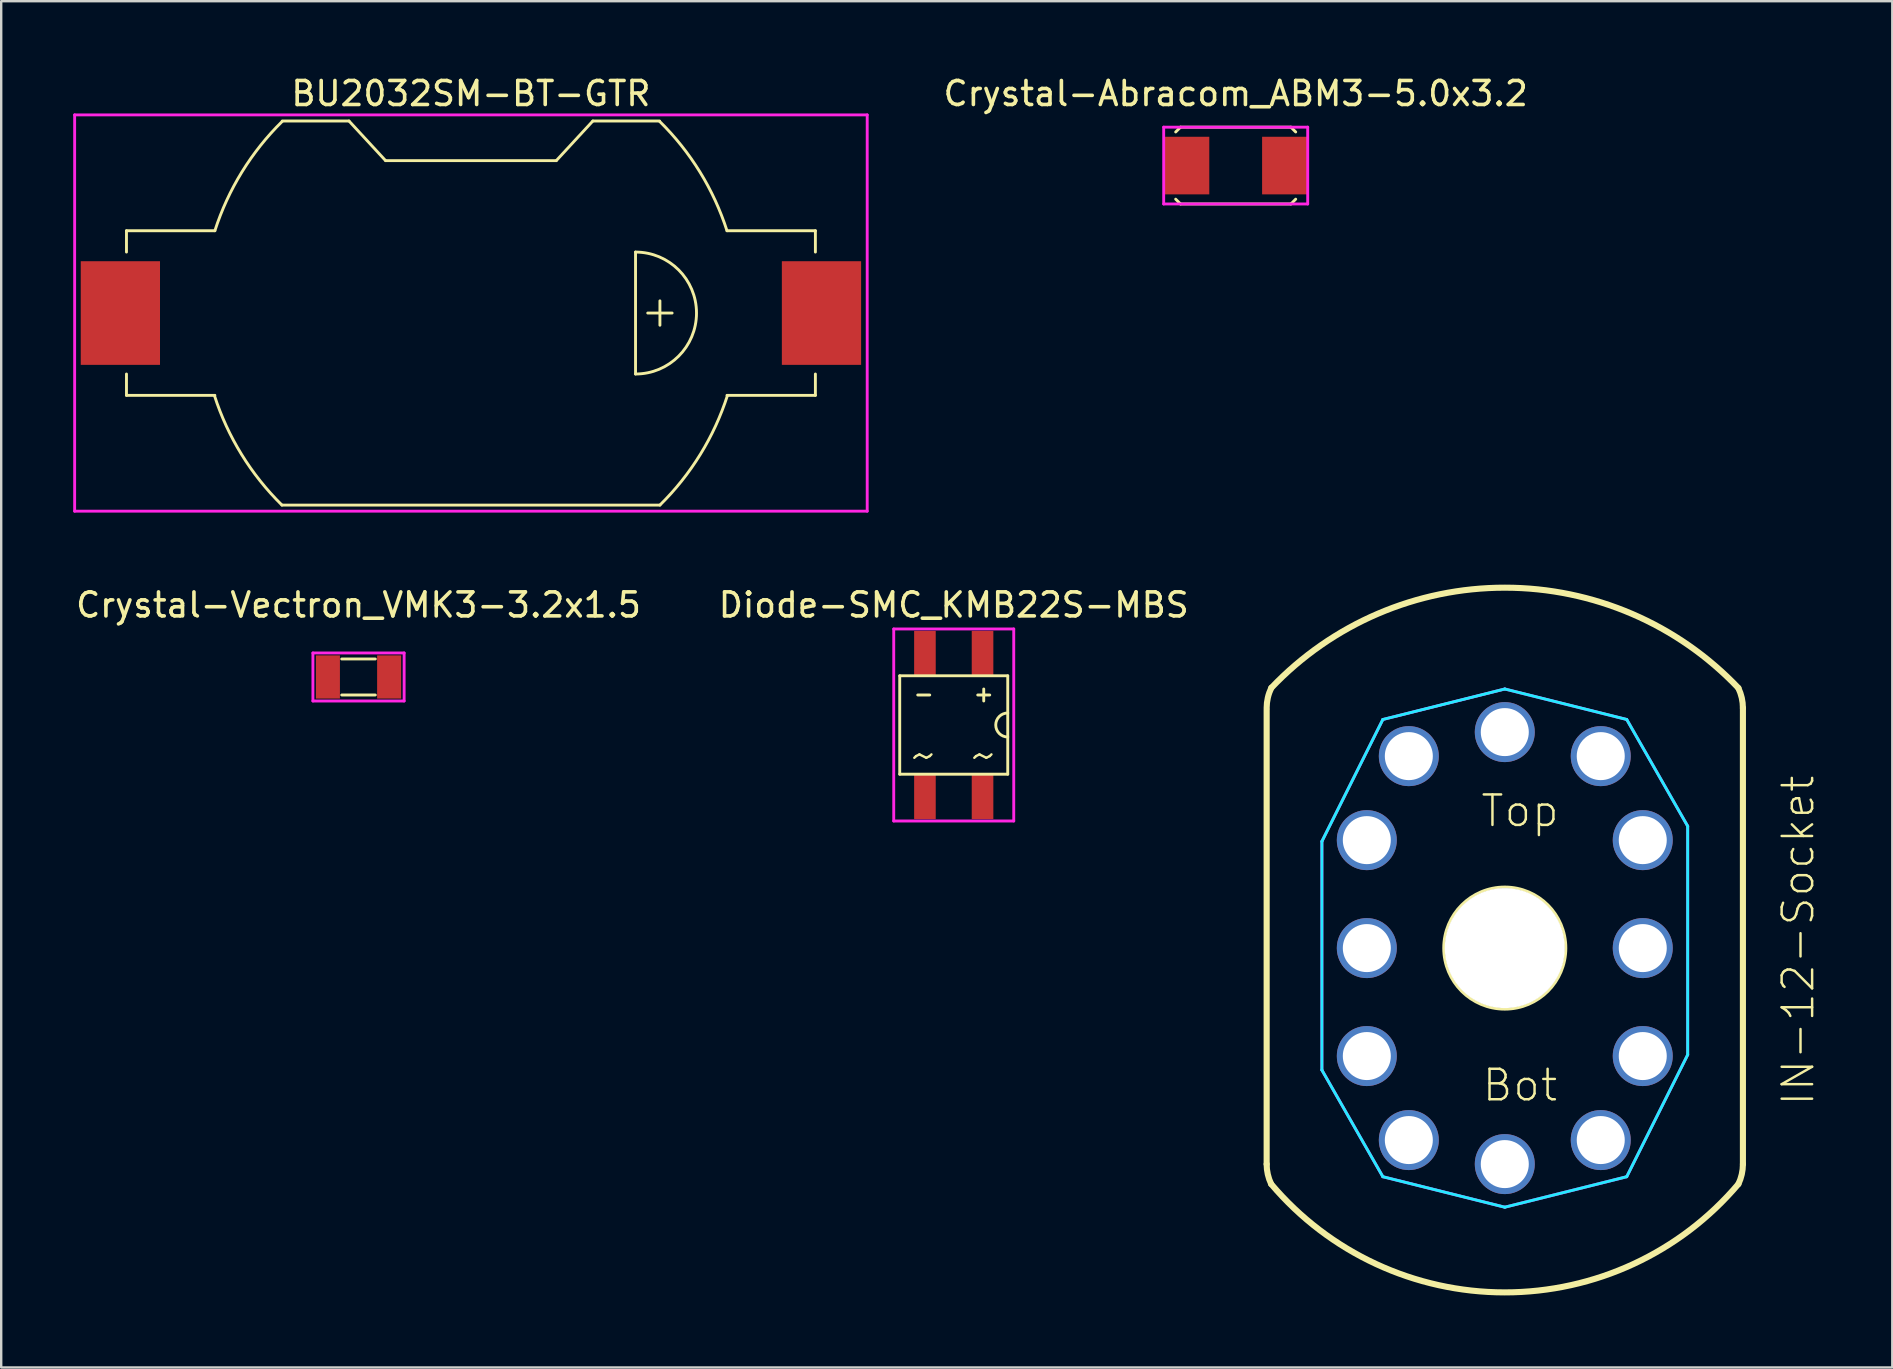
<source format=kicad_pcb>
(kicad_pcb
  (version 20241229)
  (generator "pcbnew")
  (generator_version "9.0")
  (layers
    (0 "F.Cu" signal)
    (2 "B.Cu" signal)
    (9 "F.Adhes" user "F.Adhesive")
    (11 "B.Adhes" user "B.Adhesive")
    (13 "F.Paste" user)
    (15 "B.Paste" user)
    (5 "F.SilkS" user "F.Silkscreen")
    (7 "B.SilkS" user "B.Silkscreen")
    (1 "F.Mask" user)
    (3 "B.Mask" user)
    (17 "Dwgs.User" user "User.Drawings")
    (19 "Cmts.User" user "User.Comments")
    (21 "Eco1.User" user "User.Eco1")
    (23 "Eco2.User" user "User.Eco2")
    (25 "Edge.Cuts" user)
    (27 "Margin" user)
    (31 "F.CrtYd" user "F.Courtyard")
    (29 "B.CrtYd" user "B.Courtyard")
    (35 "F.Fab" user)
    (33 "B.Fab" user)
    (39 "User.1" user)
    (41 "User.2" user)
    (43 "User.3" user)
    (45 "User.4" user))
  (footprint "Diode-SMC_KMB22S-MBS"
    (layer "F.Cu")
    (at 36.685 27.155)
    (property "Reference" "Diode-SMC_KMB22S-MBS" (at 0 -5 0) (layer "F.SilkS") (effects (font (size 1 1) (thickness 0.15))))
    (attr through_hole)
    (fp_line (start -2.25 -2.05) (end 2.25 -2.05) (stroke (width 0.12) (type solid)) (layer "F.SilkS"))
    (fp_line (start -2.25 2.05) (end -2.25 -2.05) (stroke (width 0.12) (type solid)) (layer "F.SilkS"))
    (fp_line (start -1.5 -1.25) (end -1 -1.25) (stroke (width 0.12) (type solid)) (layer "F.SilkS"))
    (fp_line (start 1 -1.25) (end 1.5 -1.25) (stroke (width 0.12) (type solid)) (layer "F.SilkS"))
    (fp_line (start 1.25 -1.5) (end 1.25 -1) (stroke (width 0.12) (type solid)) (layer "F.SilkS"))
    (fp_line (start 2.25 -2.05) (end 2.25 2.05) (stroke (width 0.12) (type solid)) (layer "F.SilkS"))
    (fp_line (start 2.25 2.05) (end -2.25 2.05) (stroke (width 0.12) (type solid)) (layer "F.SilkS"))
    (fp_arc (start 2.25 0.5) (mid 1.75 0) (end 2.25 -0.5) (stroke (width 0.12) (type solid)) (layer "F.SilkS"))
    (fp_line (start -2.5 -4) (end 2.5 -4) (stroke (width 0.12) (type solid)) (layer "F.CrtYd"))
    (fp_line (start -2.5 4) (end -2.5 -4) (stroke (width 0.12) (type solid)) (layer "F.CrtYd"))
    (fp_line (start 2.5 -4) (end 2.5 4) (stroke (width 0.12) (type solid)) (layer "F.CrtYd"))
    (fp_line (start 2.5 4) (end -2.5 4) (stroke (width 0.12) (type solid)) (layer "F.CrtYd"))
    (fp_text user "~" (at 1.25 1.25 0) (layer "F.SilkS") (effects (font (size 1.5 1.5) (thickness 0.1))))
    (fp_text user "~" (at -1.25 1.25 0) (layer "F.SilkS") (effects (font (size 1.5 1.5) (thickness 0.1))))
    (pad "1" smd rect (at 1.2 -3) (size 0.9 1.84) (layers "F.Cu" "F.Mask" "F.Paste"))
    (pad "2" smd rect (at -1.2 -3) (size 0.9 1.84) (layers "F.Cu" "F.Mask" "F.Paste"))
    (pad "3" smd rect (at -1.2 3) (size 0.9 1.84) (layers "F.Cu" "F.Mask" "F.Paste"))
    (pad "4" smd rect (at 1.2 3) (size 0.9 1.84) (layers "F.Cu" "F.Mask" "F.Paste")))
  (footprint "Crystal-Vectron_VMK3-3.2x1.5"
    (layer "F.Cu")
    (at 11.887 25.155)
    (property "Reference" "Crystal-Vectron_VMK3-3.2x1.5" (at 0 -3 0) (layer "F.SilkS") (effects (font (size 1 1) (thickness 0.15))))
    (attr through_hole)
    (fp_line (start -0.7 -0.75) (end 0.7 -0.75) (stroke (width 0.12) (type solid)) (layer "F.SilkS"))
    (fp_line (start 0.7 0.75) (end -0.7 0.75) (stroke (width 0.12) (type solid)) (layer "F.SilkS"))
    (fp_line (start -1.9 -1) (end 1.9 -1) (stroke (width 0.12) (type solid)) (layer "F.CrtYd"))
    (fp_line (start -1.9 1) (end -1.9 -1) (stroke (width 0.12) (type solid)) (layer "F.CrtYd"))
    (fp_line (start 1.9 -1) (end 1.9 1) (stroke (width 0.12) (type solid)) (layer "F.CrtYd"))
    (fp_line (start 1.9 1) (end -1.9 1) (stroke (width 0.12) (type solid)) (layer "F.CrtYd"))
    (pad "1" smd rect (at -1.275 0) (size 1 1.8) (layers "F.Cu" "F.Mask" "F.Paste"))
    (pad "2" smd rect (at 1.275 0) (size 1 1.8) (layers "F.Cu" "F.Mask" "F.Paste")))
  (footprint "IN-12-Socket"
    (layer "F.Cu")
    (at 59.643 36.45)
    (property "Reference" "IN-12-Socket" (at 12.222 -0.318 90) (layer "F.SilkS") (effects (font (size 1.27 1.27) (thickness 0.102))))
    (attr exclude_from_pos_files exclude_from_bom)
    (fp_line (start -9.921 9) (end -9.921 -9.921) (stroke (width 0.254) (type solid)) (layer "F.SilkS"))
    (fp_line (start 9.921 -10) (end 9.921 9) (stroke (width 0.254) (type solid)) (layer "F.SilkS"))
    (fp_arc (start -9.92124 -10) (mid -9.871999 -10.432185) (end -9.726799 -10.842216) (stroke (width 0.254) (type solid)) (layer "F.SilkS"))
    (fp_arc (start -9.732637 9.83014) (mid -9.873496 9.425648) (end -9.92124 9) (stroke (width 0.254) (type solid)) (layer "F.SilkS"))
    (fp_arc (start -9.726799 -10.842216) (mid 0.006389 -15.015976) (end 9.735599 -10.832951) (stroke (width 0.254) (type solid)) (layer "F.SilkS"))
    (fp_arc (start 9.732637 -10.83014) (mid 9.873496 -10.425648) (end 9.92124 -10) (stroke (width 0.254) (type solid)) (layer "F.SilkS"))
    (fp_arc (start 9.732637 9.83014) (mid 0 14.344229) (end -9.732637 9.83014) (stroke (width 0.254) (type solid)) (layer "F.SilkS"))
    (fp_arc (start 9.92124 9) (mid 9.873496 9.425648) (end 9.732637 9.83014) (stroke (width 0.254) (type solid)) (layer "F.SilkS"))
    (fp_circle (center 0 0) (end 0 -2.54) (stroke (width 0.127) (type solid)) (fill no) (layer "F.SilkS"))
    (fp_line (start -7.62 -4.445) (end -5.08 -9.525) (stroke (width 0.12) (type solid)) (layer "B.CrtYd"))
    (fp_line (start -7.62 5.08) (end -7.62 -4.445) (stroke (width 0.12) (type solid)) (layer "B.CrtYd"))
    (fp_line (start -5.08 -9.525) (end 0 -10.795) (stroke (width 0.12) (type solid)) (layer "B.CrtYd"))
    (fp_line (start -5.08 9.525) (end -7.62 5.08) (stroke (width 0.12) (type solid)) (layer "B.CrtYd"))
    (fp_line (start 0 -10.795) (end 5.08 -9.525) (stroke (width 0.12) (type solid)) (layer "B.CrtYd"))
    (fp_line (start 0 10.795) (end -5.08 9.525) (stroke (width 0.12) (type solid)) (layer "B.CrtYd"))
    (fp_line (start 5.08 -9.525) (end 7.62 -5.08) (stroke (width 0.12) (type solid)) (layer "B.CrtYd"))
    (fp_line (start 5.08 9.525) (end 0 10.795) (stroke (width 0.12) (type solid)) (layer "B.CrtYd"))
    (fp_line (start 7.62 -5.08) (end 7.62 4.445) (stroke (width 0.12) (type solid)) (layer "B.CrtYd"))
    (fp_line (start 7.62 4.445) (end 5.08 9.525) (stroke (width 0.12) (type solid)) (layer "B.CrtYd"))
    (fp_line (start -7.62 -4.445) (end -5.08 -9.525) (stroke (width 0.12) (type solid)) (layer "F.CrtYd"))
    (fp_line (start -7.62 5.08) (end -7.62 -4.445) (stroke (width 0.12) (type solid)) (layer "F.CrtYd"))
    (fp_line (start -5.08 -9.525) (end 0 -10.795) (stroke (width 0.12) (type solid)) (layer "F.CrtYd"))
    (fp_line (start -5.08 9.525) (end -7.62 5.08) (stroke (width 0.12) (type solid)) (layer "F.CrtYd"))
    (fp_line (start 0 -10.795) (end 5.08 -9.525) (stroke (width 0.12) (type solid)) (layer "F.CrtYd"))
    (fp_line (start 0 10.795) (end -5.08 9.525) (stroke (width 0.12) (type solid)) (layer "F.CrtYd"))
    (fp_line (start 5.08 -9.525) (end 7.62 -5.08) (stroke (width 0.12) (type solid)) (layer "F.CrtYd"))
    (fp_line (start 5.08 9.525) (end 0 10.795) (stroke (width 0.12) (type solid)) (layer "F.CrtYd"))
    (fp_line (start 7.62 -5.08) (end 7.62 4.445) (stroke (width 0.12) (type solid)) (layer "F.CrtYd"))
    (fp_line (start 7.62 4.445) (end 5.08 9.525) (stroke (width 0.12) (type solid)) (layer "F.CrtYd"))
    (fp_text user "Bot" (at 0.635 5.715 0) (layer "F.SilkS") (effects (font (size 1.27 1.27) (thickness 0.102))))
    (fp_text user "Top" (at 0.635 -5.715 0) (layer "F.SilkS") (effects (font (size 1.27 1.27) (thickness 0.102))))
    (pad "" np_thru_hole circle (at 0 0) (size 4.999 4.999) (drill 4.999) (layers "*.Cu" "*.Mask"))
    (pad "0" thru_hole circle (at 5.748 4.498) (size 2.5 2.5) (drill 2) (layers "*.Cu" "*.Mask"))
    (pad "1" thru_hole circle (at -3.998 7.998) (size 2.5 2.5) (drill 2) (layers "*.Cu" "*.Mask"))
    (pad "2" thru_hole circle (at -5.748 4.498) (size 2.5 2.5) (drill 2) (layers "*.Cu" "*.Mask"))
    (pad "3" thru_hole circle (at -5.748 0) (size 2.5 2.5) (drill 2) (layers "*.Cu" "*.Mask"))
    (pad "4" thru_hole circle (at -5.748 -4.498) (size 2.5 2.5) (drill 2) (layers "*.Cu" "*.Mask"))
    (pad "5" thru_hole circle (at -3.998 -7.998) (size 2.5 2.5) (drill 2) (layers "*.Cu" "*.Mask"))
    (pad "6" thru_hole circle (at 0 -8.999) (size 2.5 2.5) (drill 2) (layers "*.Cu" "*.Mask"))
    (pad "7" thru_hole circle (at 3.998 -7.998) (size 2.5 2.5) (drill 2) (layers "*.Cu" "*.Mask"))
    (pad "8" thru_hole circle (at 5.748 -4.498) (size 2.5 2.5) (drill 2) (layers "*.Cu" "*.Mask"))
    (pad "9" thru_hole circle (at 5.748 0) (size 2.5 2.5) (drill 2) (layers "*.Cu" "*.Mask"))
    (pad "A" thru_hole circle (at 3.998 7.998) (size 2.5 2.5) (drill 2) (layers "*.Cu" "*.Mask"))
    (pad "LHDP" thru_hole circle (at 0 8.999) (size 2.5 2.5) (drill 2) (layers "*.Cu" "*.Mask")))
  (footprint "Crystal-Abracom_ABM3-5.0x3.2"
    (layer "F.Cu")
    (at 48.432 3.848)
    (property "Reference" "Crystal-Abracom_ABM3-5.0x3.2" (at 0 -3 0) (layer "F.SilkS") (effects (font (size 1 1) (thickness 0.15))))
    (attr through_hole)
    (fp_line (start -2.5 -1.4) (end -2.3 -1.6) (stroke (width 0.12) (type solid)) (layer "F.SilkS"))
    (fp_line (start -2.5 1.4) (end -2.3 1.6) (stroke (width 0.12) (type solid)) (layer "F.SilkS"))
    (fp_line (start -2.3 -1.6) (end 2.3 -1.6) (stroke (width 0.12) (type solid)) (layer "F.SilkS"))
    (fp_line (start -2.3 1.6) (end 2.3 1.6) (stroke (width 0.12) (type solid)) (layer "F.SilkS"))
    (fp_line (start 2.3 -1.6) (end 2.5 -1.4) (stroke (width 0.12) (type solid)) (layer "F.SilkS"))
    (fp_line (start 2.3 1.6) (end 2.5 1.4) (stroke (width 0.12) (type solid)) (layer "F.SilkS"))
    (fp_line (start -3 -1.6) (end 3 -1.6) (stroke (width 0.12) (type solid)) (layer "F.CrtYd"))
    (fp_line (start -3 1.6) (end -3 -1.6) (stroke (width 0.12) (type solid)) (layer "F.CrtYd"))
    (fp_line (start 3 -1.6) (end 3 1.6) (stroke (width 0.12) (type solid)) (layer "F.CrtYd"))
    (fp_line (start 3 1.6) (end -3 1.6) (stroke (width 0.12) (type solid)) (layer "F.CrtYd"))
    (pad "1" smd rect (at -2.05 0) (size 1.9 2.4) (layers "F.Cu" "F.Mask" "F.Paste"))
    (pad "2" smd rect (at 2.05 0) (size 1.9 2.4) (layers "F.Cu" "F.Mask" "F.Paste")))
  (footprint "BU2032SM-BT-GTR"
    (layer "F.Cu")
    (at 16.57 9.992)
    (property "Reference" "BU2032SM-BT-GTR" (at 0 -9.144 0) (layer "F.SilkS") (effects (font (size 1 1) (thickness 0.15))))
    (attr through_hole)
    (fp_line (start -14.351 -3.429) (end -14.351 -2.54) (stroke (width 0.12) (type solid)) (layer "F.SilkS"))
    (fp_line (start -14.351 -3.429) (end -10.668 -3.429) (stroke (width 0.12) (type solid)) (layer "F.SilkS"))
    (fp_line (start -14.351 2.54) (end -14.351 3.429) (stroke (width 0.12) (type solid)) (layer "F.SilkS"))
    (fp_line (start -14.351 3.429) (end -10.668 3.429) (stroke (width 0.12) (type solid)) (layer "F.SilkS"))
    (fp_line (start -7.874 8.001) (end 7.874 8.001) (stroke (width 0.12) (type solid)) (layer "F.SilkS"))
    (fp_line (start -5.08 -8.001) (end -7.86 -8.001) (stroke (width 0.12) (type solid)) (layer "F.SilkS"))
    (fp_line (start -3.556 -6.35) (end -5.08 -8.001) (stroke (width 0.12) (type solid)) (layer "F.SilkS"))
    (fp_line (start -3.556 -6.35) (end 3.556 -6.35) (stroke (width 0.12) (type solid)) (layer "F.SilkS"))
    (fp_line (start 3.556 -6.35) (end 5.08 -8.001) (stroke (width 0.12) (type solid)) (layer "F.SilkS"))
    (fp_line (start 6.858 -2.54) (end 6.858 2.54) (stroke (width 0.12) (type solid)) (layer "F.SilkS"))
    (fp_line (start 7.86 -8.001) (end 5.08 -8.001) (stroke (width 0.12) (type solid)) (layer "F.SilkS"))
    (fp_line (start 7.874 -0.508) (end 7.874 0.508) (stroke (width 0.12) (type solid)) (layer "F.SilkS"))
    (fp_line (start 8.382 0) (end 7.366 0) (stroke (width 0.12) (type solid)) (layer "F.SilkS"))
    (fp_line (start 10.668 -3.429) (end 14.351 -3.429) (stroke (width 0.12) (type solid)) (layer "F.SilkS"))
    (fp_line (start 10.668 3.429) (end 14.351 3.429) (stroke (width 0.12) (type solid)) (layer "F.SilkS"))
    (fp_line (start 14.351 -3.429) (end 14.351 -2.54) (stroke (width 0.12) (type solid)) (layer "F.SilkS"))
    (fp_line (start 14.351 2.54) (end 14.351 3.429) (stroke (width 0.12) (type solid)) (layer "F.SilkS"))
    (fp_arc (start -10.668 -3.429) (mid -9.540106 -5.87798) (end -7.859879 -7.98665) (stroke (width 0.12) (type solid)) (layer "F.SilkS"))
    (fp_arc (start -7.874 8.001) (mid -9.557246 5.888542) (end -10.687167 3.435161) (stroke (width 0.12) (type solid)) (layer "F.SilkS"))
    (fp_arc (start 6.858 -2.54) (mid 9.398 0) (end 6.858 2.54) (stroke (width 0.12) (type solid)) (layer "F.SilkS"))
    (fp_arc (start 7.859876 -7.986652) (mid 9.540104 -5.877982) (end 10.668 -3.429) (stroke (width 0.12) (type solid)) (layer "F.SilkS"))
    (fp_arc (start 10.687167 3.435161) (mid 9.557246 5.888541) (end 7.874 8.001) (stroke (width 0.12) (type solid)) (layer "F.SilkS"))
    (fp_line (start -16.51 -8.255) (end 16.51 -8.255) (stroke (width 0.12) (type solid)) (layer "F.CrtYd"))
    (fp_line (start -16.51 8.255) (end -16.51 -8.255) (stroke (width 0.12) (type solid)) (layer "F.CrtYd"))
    (fp_line (start 16.51 -8.255) (end 16.51 8.255) (stroke (width 0.12) (type solid)) (layer "F.CrtYd"))
    (fp_line (start 16.51 8.255) (end -16.51 8.255) (stroke (width 0.12) (type solid)) (layer "F.CrtYd"))
    (pad "1" smd rect (at 14.605 0) (size 3.302 4.318) (layers "F.Cu" "F.Mask" "F.Paste"))
    (pad "2" smd rect (at -14.605 0) (size 3.302 4.318) (layers "F.Cu" "F.Mask" "F.Paste")))
  (gr_rect
    (start -3 -3)
    (end 75.787 53.921)
    (stroke (width 0.1) (type default))
    (fill no)
    (layer "Edge.Cuts")))
</source>
